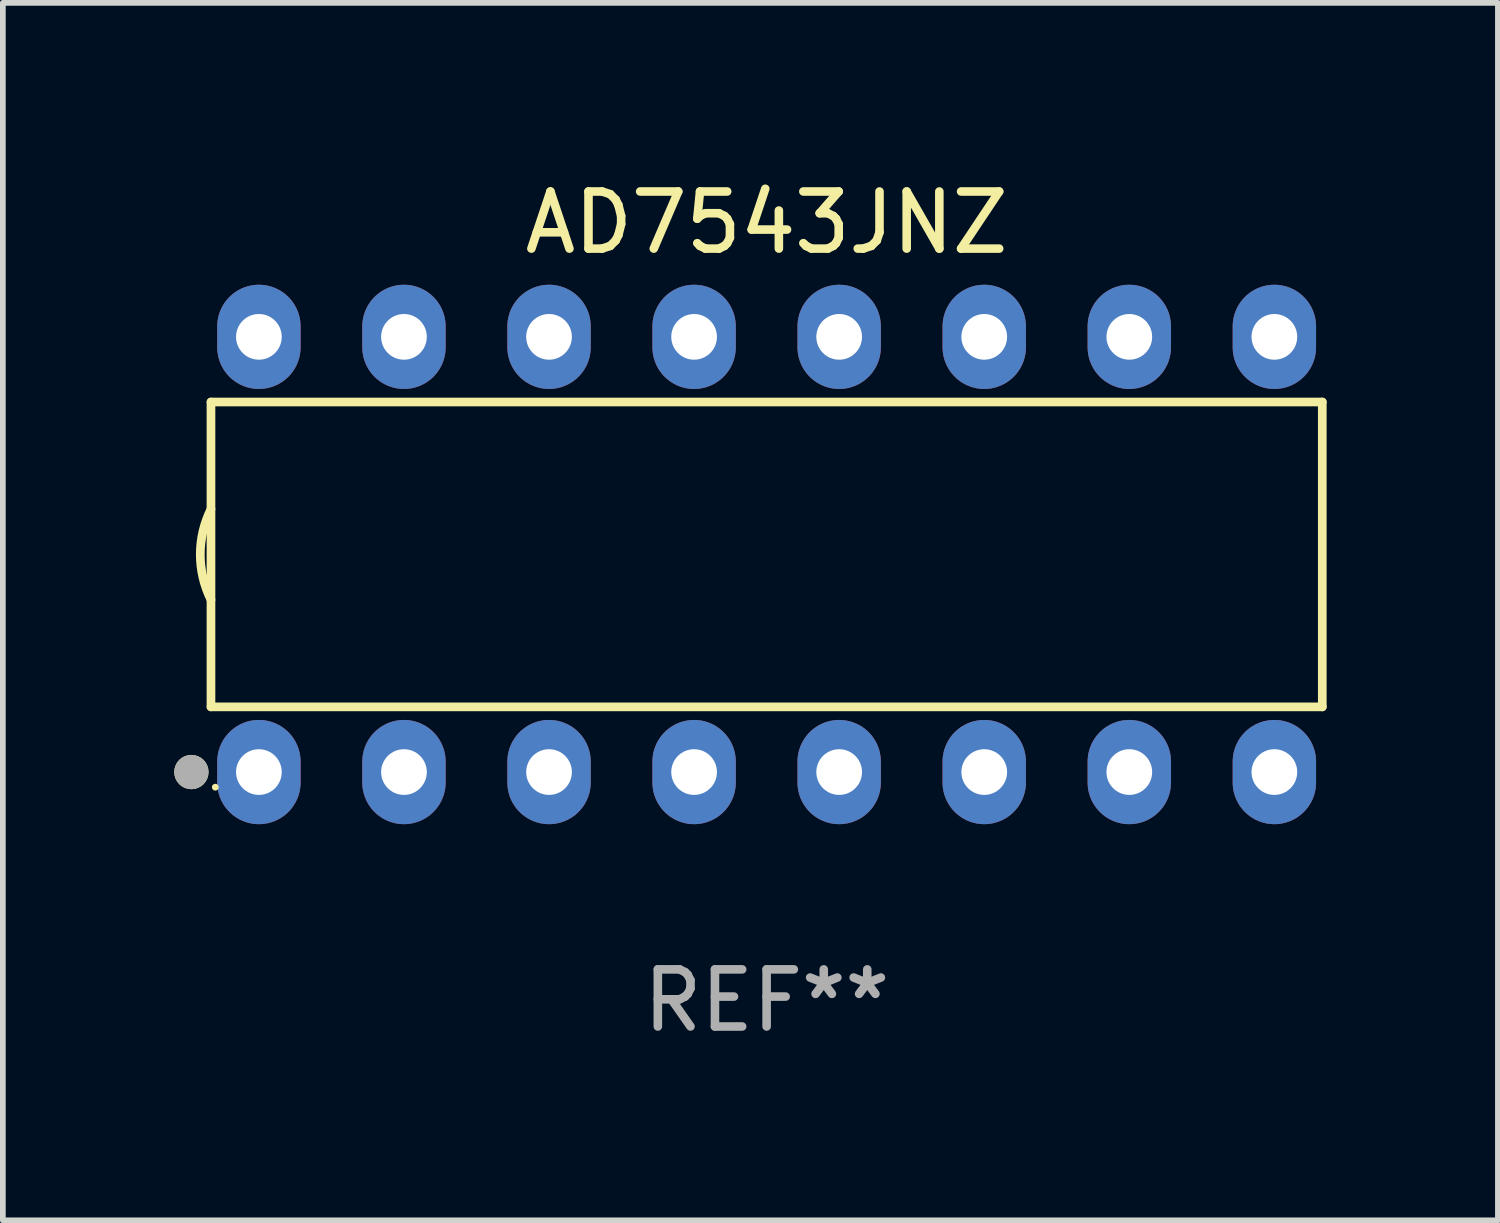
<source format=kicad_pcb>
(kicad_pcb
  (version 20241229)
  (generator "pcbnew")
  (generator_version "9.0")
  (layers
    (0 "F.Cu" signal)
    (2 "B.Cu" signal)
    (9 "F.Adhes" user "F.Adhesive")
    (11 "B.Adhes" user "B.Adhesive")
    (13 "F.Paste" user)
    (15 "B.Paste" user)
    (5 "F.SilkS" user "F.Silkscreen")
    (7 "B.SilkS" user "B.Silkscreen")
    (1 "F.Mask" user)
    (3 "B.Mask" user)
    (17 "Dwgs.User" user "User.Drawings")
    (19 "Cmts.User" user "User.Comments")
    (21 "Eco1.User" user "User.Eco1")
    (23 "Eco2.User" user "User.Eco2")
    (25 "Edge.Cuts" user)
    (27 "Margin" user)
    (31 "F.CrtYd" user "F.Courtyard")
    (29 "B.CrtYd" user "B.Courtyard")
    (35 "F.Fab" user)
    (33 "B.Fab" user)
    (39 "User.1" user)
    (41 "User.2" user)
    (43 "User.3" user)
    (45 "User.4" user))
  (footprint "AD7543JNZ"
    (layer "F.Cu")
    (at 10.373 6.658)
    (property "Reference" "AD7543JNZ" (at 0 -5.81 0) (layer "F.SilkS") (effects (font (size 1 1) (thickness 0.15))))
    (attr through_hole)
    (fp_line (start -9.729 -2.669) (end 9.729 -2.669) (stroke (width 0.152) (type solid)) (layer "F.SilkS"))
    (fp_line (start -9.729 2.669) (end -9.729 -2.669) (stroke (width 0.152) (type solid)) (layer "F.SilkS"))
    (fp_line (start 9.729 -2.669) (end 9.729 2.669) (stroke (width 0.152) (type solid)) (layer "F.SilkS"))
    (fp_line (start 9.729 2.669) (end -9.729 2.669) (stroke (width 0.152) (type solid)) (layer "F.SilkS"))
    (fp_arc (start -9.728727 0.793751) (mid -9.916106 0) (end -9.728727 -0.793752) (stroke (width 0.1524) (type solid)) (layer "F.SilkS"))
    (fp_circle (center -10.072 3.81) (end -9.922 3.81) (stroke (width 0.3) (type solid)) (fill no) (layer "F.SilkS"))
    (fp_circle (center -9.653 4.075) (end -9.623 4.075) (stroke (width 0.06) (type solid)) (fill no) (layer "F.SilkS"))
    (fp_circle (center -10.072 3.81) (end -9.922 3.81) (stroke (width 0.3) (type solid)) (fill no) (layer "F.Fab"))
    (fp_text user "REF**" (at 0 7.81 0) (layer "F.Fab") (effects (font (size 1 1) (thickness 0.15))))
    (pad "1" thru_hole oval (at -8.89 3.81) (size 1.46 1.825) (drill 0.8) (layers "*.Cu" "*.Mask"))
    (pad "2" thru_hole oval (at -6.35 3.81) (size 1.46 1.825) (drill 0.8) (layers "*.Cu" "*.Mask"))
    (pad "3" thru_hole oval (at -3.81 3.81) (size 1.46 1.825) (drill 0.8) (layers "*.Cu" "*.Mask"))
    (pad "4" thru_hole oval (at -1.27 3.81) (size 1.46 1.825) (drill 0.8) (layers "*.Cu" "*.Mask"))
    (pad "5" thru_hole oval (at 1.27 3.81) (size 1.46 1.825) (drill 0.8) (layers "*.Cu" "*.Mask"))
    (pad "6" thru_hole oval (at 3.81 3.81) (size 1.46 1.825) (drill 0.8) (layers "*.Cu" "*.Mask"))
    (pad "7" thru_hole oval (at 6.35 3.81) (size 1.46 1.825) (drill 0.8) (layers "*.Cu" "*.Mask"))
    (pad "8" thru_hole oval (at 8.89 3.81) (size 1.46 1.825) (drill 0.8) (layers "*.Cu" "*.Mask"))
    (pad "9" thru_hole oval (at 8.89 -3.81) (size 1.46 1.825) (drill 0.8) (layers "*.Cu" "*.Mask"))
    (pad "10" thru_hole oval (at 6.35 -3.81) (size 1.46 1.825) (drill 0.8) (layers "*.Cu" "*.Mask"))
    (pad "11" thru_hole oval (at 3.81 -3.81) (size 1.46 1.825) (drill 0.8) (layers "*.Cu" "*.Mask"))
    (pad "12" thru_hole oval (at 1.27 -3.81) (size 1.46 1.825) (drill 0.8) (layers "*.Cu" "*.Mask"))
    (pad "13" thru_hole oval (at -1.27 -3.81) (size 1.46 1.825) (drill 0.8) (layers "*.Cu" "*.Mask"))
    (pad "14" thru_hole oval (at -3.81 -3.81) (size 1.46 1.825) (drill 0.8) (layers "*.Cu" "*.Mask"))
    (pad "15" thru_hole oval (at -6.35 -3.81) (size 1.46 1.825) (drill 0.8) (layers "*.Cu" "*.Mask"))
    (pad "16" thru_hole oval (at -8.89 -3.81) (size 1.46 1.825) (drill 0.8) (layers "*.Cu" "*.Mask")))
  (gr_rect
    (start -3 -3)
    (end 23.177 18.317)
    (stroke (width 0.1) (type default))
    (fill no)
    (layer "Edge.Cuts")))
</source>
